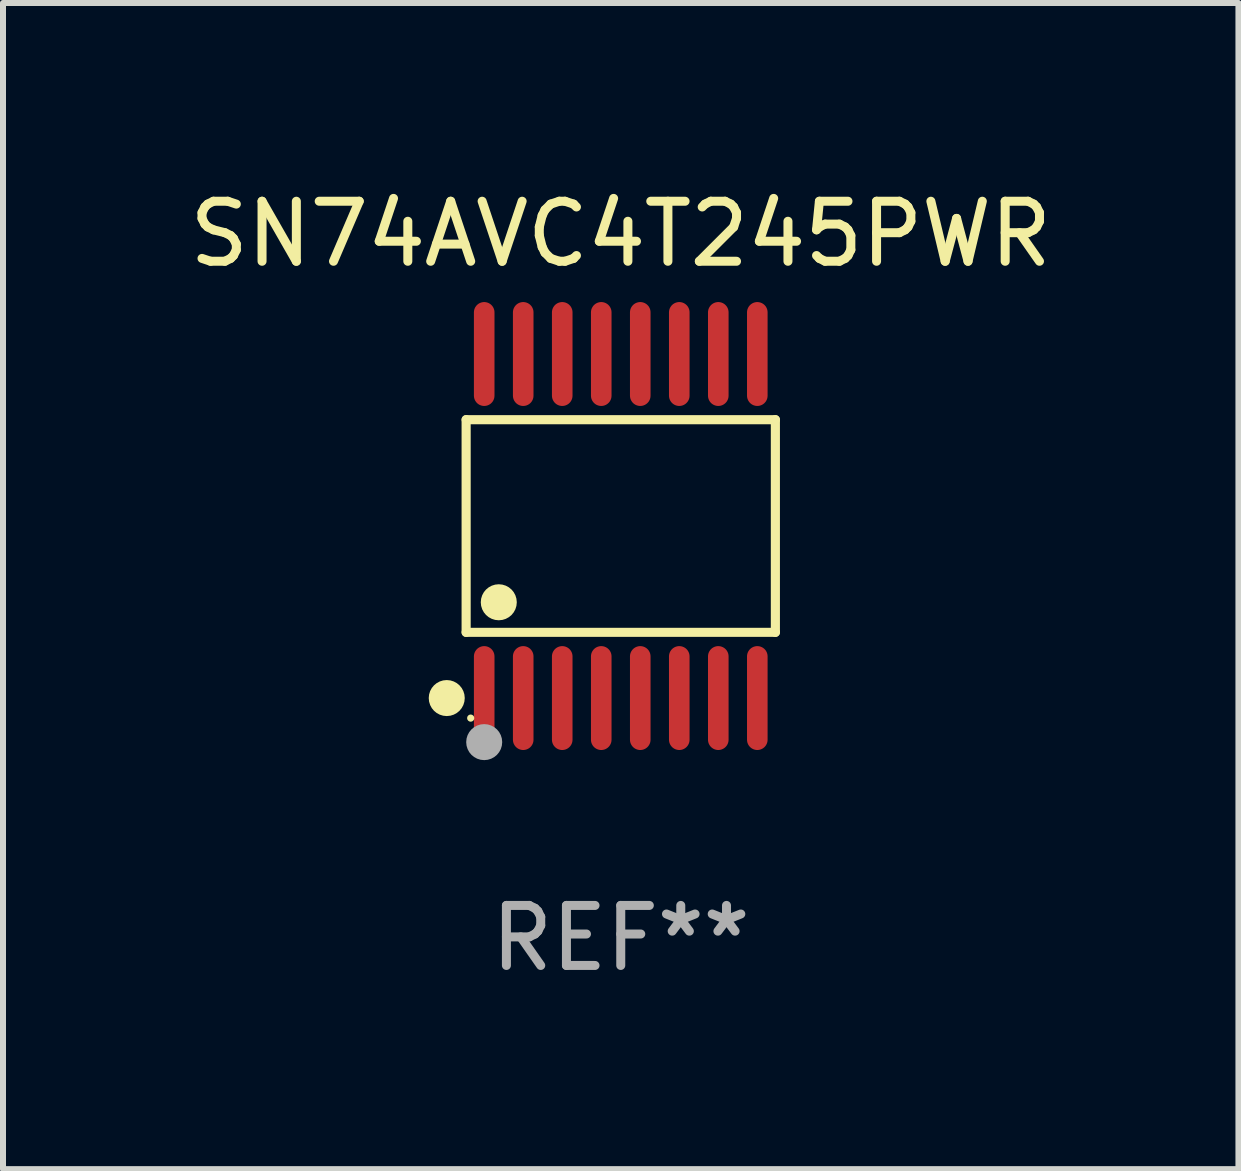
<source format=kicad_pcb>
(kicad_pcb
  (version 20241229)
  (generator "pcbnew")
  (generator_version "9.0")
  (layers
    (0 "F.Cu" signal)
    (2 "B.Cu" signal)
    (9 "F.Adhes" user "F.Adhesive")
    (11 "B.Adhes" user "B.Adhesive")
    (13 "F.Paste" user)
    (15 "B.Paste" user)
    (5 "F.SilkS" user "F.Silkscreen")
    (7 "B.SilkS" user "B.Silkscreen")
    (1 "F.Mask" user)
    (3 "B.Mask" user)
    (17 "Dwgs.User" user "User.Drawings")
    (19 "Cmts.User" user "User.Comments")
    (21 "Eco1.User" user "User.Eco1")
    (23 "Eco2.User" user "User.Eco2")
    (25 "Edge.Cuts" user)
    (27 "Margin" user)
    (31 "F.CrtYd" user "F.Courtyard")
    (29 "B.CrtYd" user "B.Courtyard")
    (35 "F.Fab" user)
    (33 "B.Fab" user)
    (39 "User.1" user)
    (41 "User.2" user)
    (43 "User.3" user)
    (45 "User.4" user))
  (footprint "SN74AVC4T245PWR"
    (layer "F.Cu")
    (at 7.292 5.714)
    (property "Reference" "SN74AVC4T245PWR" (at 0 -4.866 0) (layer "F.SilkS") (effects (font (size 1 1) (thickness 0.15))))
    (attr through_hole)
    (fp_line (start -2.576 -1.772) (end 2.576 -1.772) (stroke (width 0.152) (type solid)) (layer "F.SilkS"))
    (fp_line (start -2.576 1.771) (end -2.576 -1.772) (stroke (width 0.152) (type solid)) (layer "F.SilkS"))
    (fp_line (start 2.576 -1.772) (end 2.576 1.771) (stroke (width 0.152) (type solid)) (layer "F.SilkS"))
    (fp_line (start 2.576 1.771) (end -2.576 1.771) (stroke (width 0.152) (type solid)) (layer "F.SilkS"))
    (fp_circle (center -2.899 2.866) (end -2.749 2.866) (stroke (width 0.3) (type solid)) (fill no) (layer "F.SilkS"))
    (fp_circle (center -2.5 3.2) (end -2.47 3.2) (stroke (width 0.06) (type solid)) (fill no) (layer "F.SilkS"))
    (fp_circle (center -2.032 1.27) (end -1.882 1.27) (stroke (width 0.3) (type solid)) (fill no) (layer "F.SilkS"))
    (fp_circle (center -2.275 3.6) (end -2.125 3.6) (stroke (width 0.3) (type solid)) (fill no) (layer "F.Fab"))
    (fp_text user "REF**" (at 0 6.866 0) (layer "F.Fab") (effects (font (size 1 1) (thickness 0.15))))
    (pad "1" smd oval (at -2.275 2.866) (size 0.343 1.731) (layers "F.Cu" "F.Mask" "F.Paste"))
    (pad "2" smd oval (at -1.625 2.866) (size 0.343 1.731) (layers "F.Cu" "F.Mask" "F.Paste"))
    (pad "3" smd oval (at -0.975 2.866) (size 0.343 1.731) (layers "F.Cu" "F.Mask" "F.Paste"))
    (pad "4" smd oval (at -0.325 2.866) (size 0.343 1.731) (layers "F.Cu" "F.Mask" "F.Paste"))
    (pad "5" smd oval (at 0.325 2.866) (size 0.343 1.731) (layers "F.Cu" "F.Mask" "F.Paste"))
    (pad "6" smd oval (at 0.975 2.866) (size 0.343 1.731) (layers "F.Cu" "F.Mask" "F.Paste"))
    (pad "7" smd oval (at 1.625 2.866) (size 0.343 1.731) (layers "F.Cu" "F.Mask" "F.Paste"))
    (pad "8" smd oval (at 2.275 2.866) (size 0.343 1.731) (layers "F.Cu" "F.Mask" "F.Paste"))
    (pad "9" smd oval (at 2.275 -2.866) (size 0.343 1.731) (layers "F.Cu" "F.Mask" "F.Paste"))
    (pad "10" smd oval (at 1.625 -2.866) (size 0.343 1.731) (layers "F.Cu" "F.Mask" "F.Paste"))
    (pad "11" smd oval (at 0.975 -2.866) (size 0.343 1.731) (layers "F.Cu" "F.Mask" "F.Paste"))
    (pad "12" smd oval (at 0.325 -2.866) (size 0.343 1.731) (layers "F.Cu" "F.Mask" "F.Paste"))
    (pad "13" smd oval (at -0.325 -2.866) (size 0.343 1.731) (layers "F.Cu" "F.Mask" "F.Paste"))
    (pad "14" smd oval (at -0.975 -2.866) (size 0.343 1.731) (layers "F.Cu" "F.Mask" "F.Paste"))
    (pad "15" smd oval (at -1.625 -2.866) (size 0.343 1.731) (layers "F.Cu" "F.Mask" "F.Paste"))
    (pad "16" smd oval (at -2.275 -2.866) (size 0.343 1.731) (layers "F.Cu" "F.Mask" "F.Paste")))
  (gr_rect
    (start -3 -3)
    (end 17.583 16.428)
    (stroke (width 0.1) (type default))
    (fill no)
    (layer "Edge.Cuts")))
</source>
